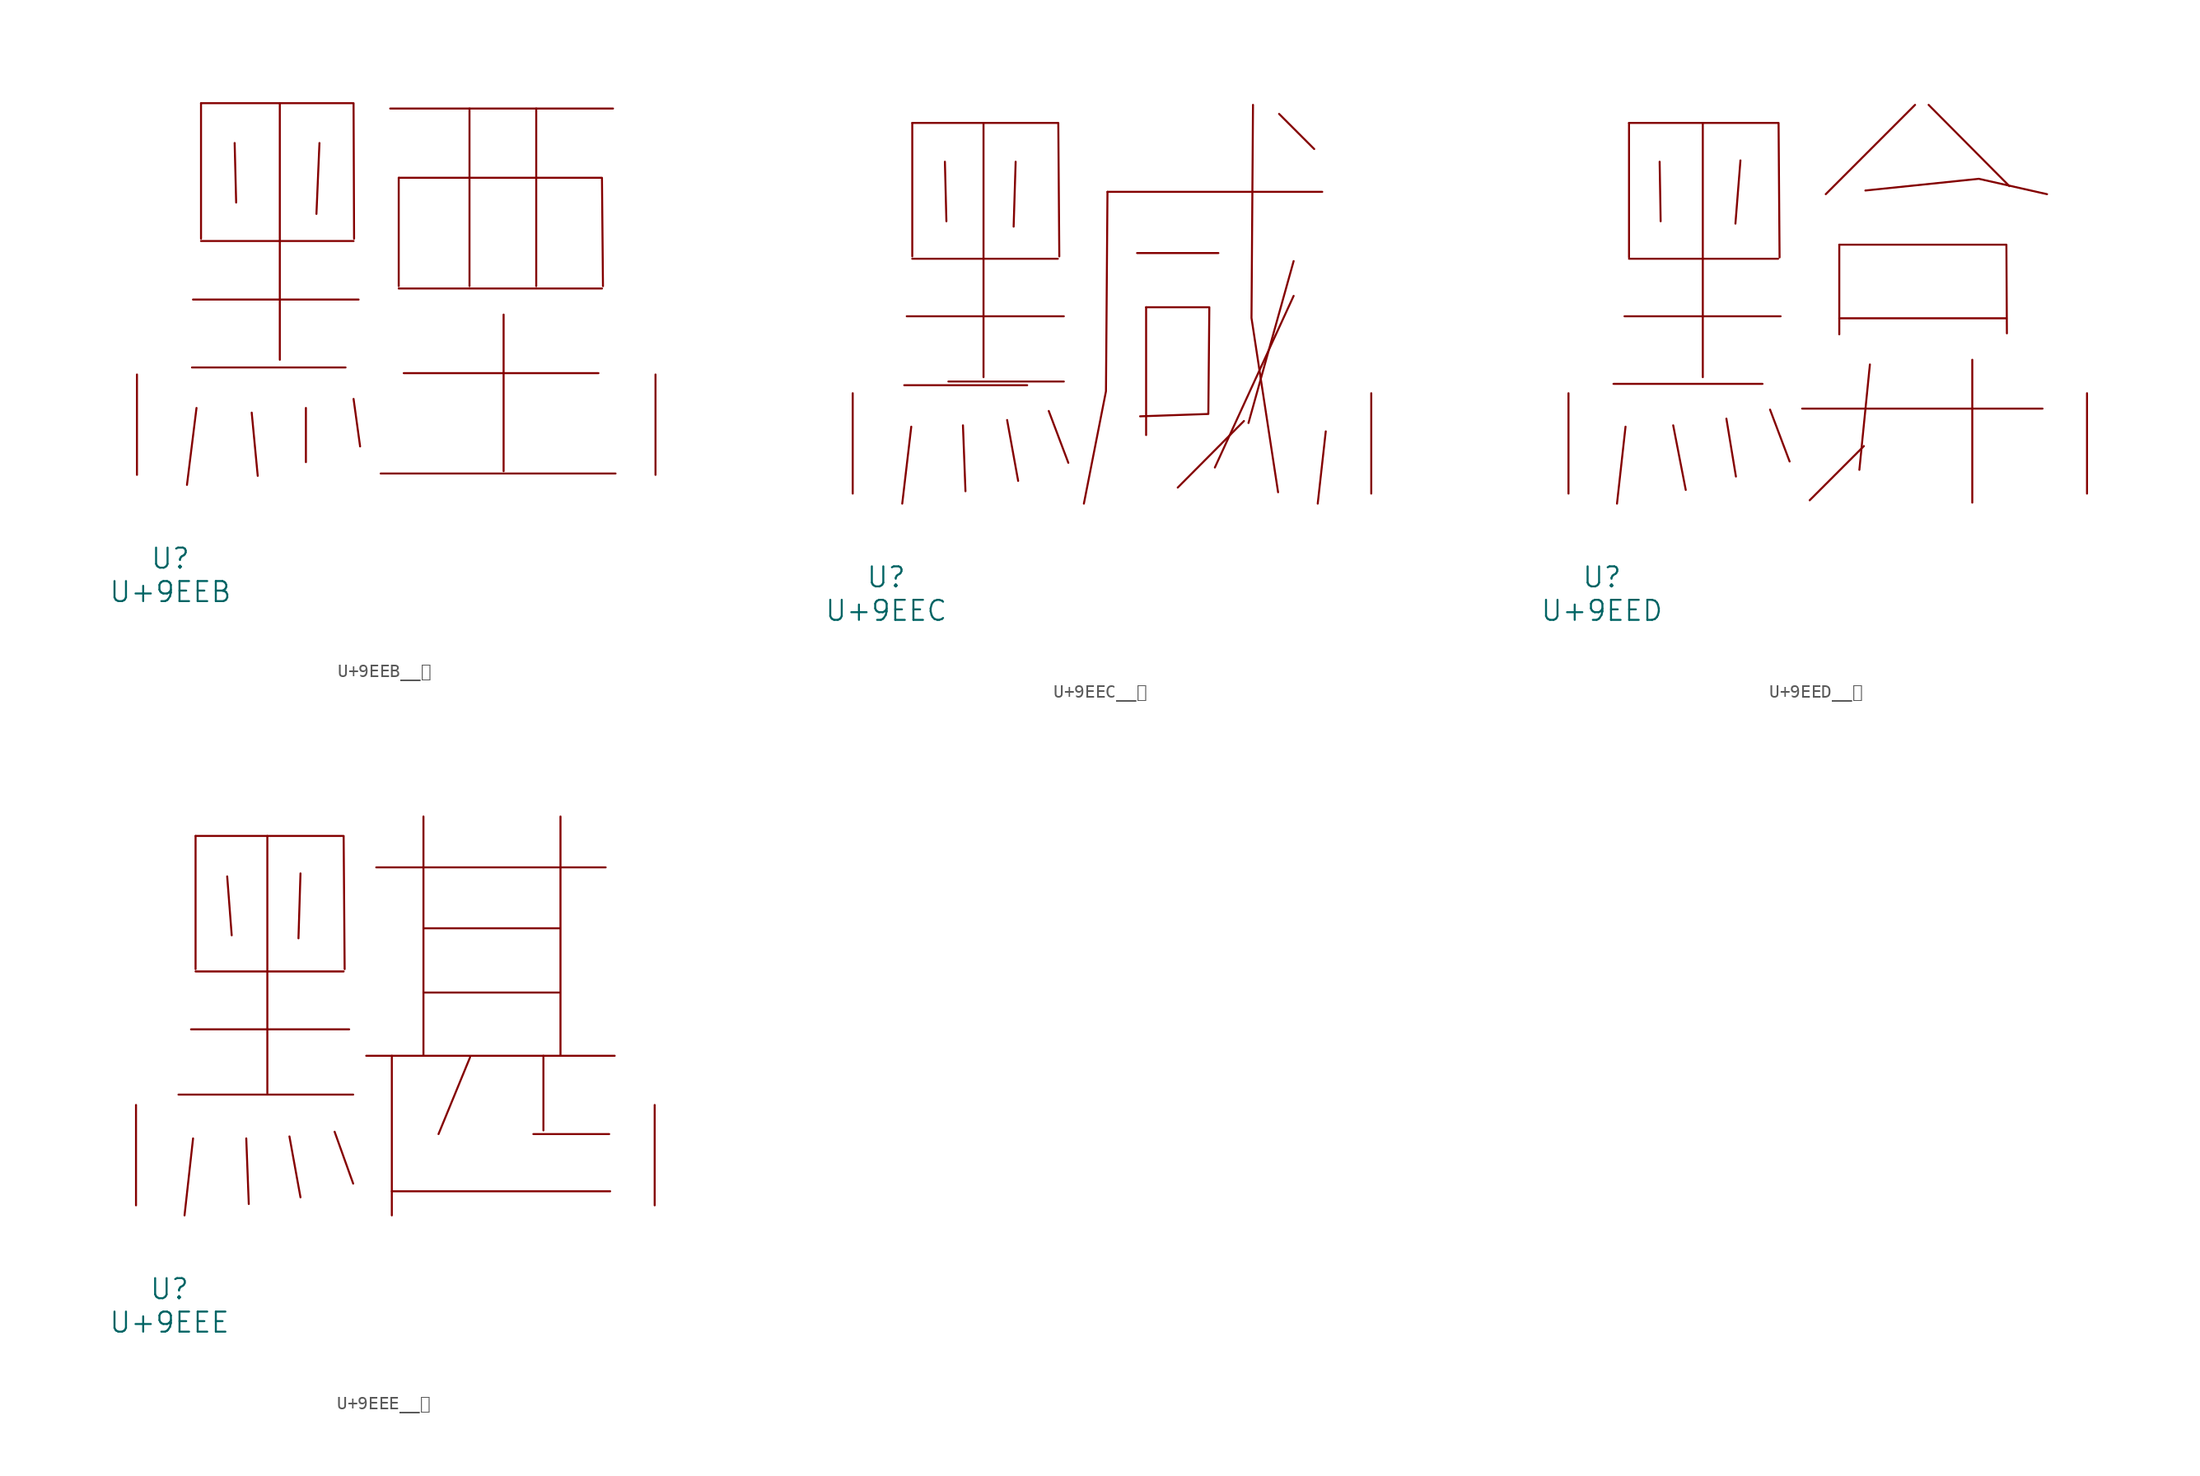
<source format=kicad_sym>
(kicad_symbol_lib
  (version 20231120)
  (generator "kicad_symbol_editor")
  (generator_version "8.0")
  (symbol "U+9EEB__黫"
    (pin_names
      (offset 1.016))
    (property "Reference" "U"
      (at 0 -6.35 0)
      (effects (font (size 1.524 1.524))))
    (property "Value" "U+9EEB"
      (at 0 -8.89 0)
      (effects (font (size 1.524 1.524))))
    (symbol "U+9EEB__黫_0_1"
      (polyline (pts (xy 1.638 8.153) (xy 13.297 8.153)) (stroke (width 0) (type solid)) (fill (type none)))
      (polyline (pts (xy 1.714 13.31) (xy 14.287 13.31)) (stroke (width 0) (type solid)) (fill (type none)))
      (polyline (pts (xy 1.981 5.08) (xy 1.257 -0.762)) (stroke (width 0) (type solid)) (fill (type none)))
      (polyline (pts (xy 2.324 17.755) (xy 13.906 17.755)) (stroke (width 0) (type solid)) (fill (type none)))
      (polyline (pts (xy 2.324 28.219) (xy 2.324 17.932)) (stroke (width 0) (type solid)) (fill (type none)))
      (polyline (pts (xy 4.877 25.197) (xy 4.991 20.676)) (stroke (width 0) (type solid)) (fill (type none)))
      (polyline (pts (xy 6.172 4.724) (xy 6.629 -0.076)) (stroke (width 0) (type solid)) (fill (type none)))
      (polyline (pts (xy 8.306 28.219) (xy 8.306 8.738)) (stroke (width 0) (type solid)) (fill (type none)))
      (polyline (pts (xy 10.287 5.08) (xy 10.287 0.965)) (stroke (width 0) (type solid)) (fill (type none)))
      (polyline (pts (xy 11.316 25.197) (xy 11.087 19.812)) (stroke (width 0) (type solid)) (fill (type none)))
      (polyline (pts (xy 13.906 5.766) (xy 14.402 2.159)) (stroke (width 0) (type solid)) (fill (type none)))
      (polyline (pts (xy 15.964 0.102) (xy 33.795 0.102)) (stroke (width 0) (type solid)) (fill (type none)))
      (polyline (pts (xy 16.688 27.813) (xy 33.604 27.813)) (stroke (width 0) (type solid)) (fill (type none)))
      (polyline (pts (xy 17.335 14.148) (xy 32.766 14.148)) (stroke (width 0) (type solid)) (fill (type none)))
      (polyline (pts (xy 17.335 22.555) (xy 17.335 14.326)) (stroke (width 0) (type solid)) (fill (type none)))
      (polyline (pts (xy 17.716 7.722) (xy 32.499 7.722)) (stroke (width 0) (type solid)) (fill (type none)))
      (polyline (pts (xy 22.708 27.813) (xy 22.708 14.326)) (stroke (width 0) (type solid)) (fill (type none)))
      (polyline (pts (xy 25.298 12.167) (xy 25.298 0.279)) (stroke (width 0) (type solid)) (fill (type none)))
      (polyline (pts (xy 27.775 27.813) (xy 27.775 14.326)) (stroke (width 0) (type solid)) (fill (type none)))
      (polyline (pts (xy 2.324 28.219) (xy 13.906 28.219) (xy 13.945 17.932)) (stroke (width 0) (type solid)) (fill (type none)))
      (polyline (pts (xy 17.335 22.555) (xy 32.766 22.555) (xy 32.842 14.326)) (stroke (width 0) (type solid)) (fill (type none)))
      (pin input line (at -2.54 0 90) (length 7.62) (name "~" (effects (font (size 1.27 1.27)))) (number "~" (effects (font (size 1.27 1.27)))))
      (pin input line (at 36.83 0 90) (length 7.62) (name "~" (effects (font (size 1.27 1.27)))) (number "~" (effects (font (size 1.27 1.27)))))))
  (symbol "U+9EEC__黬"
    (pin_names
      (offset 1.016))
    (property "Reference" "U"
      (at 0 -6.35 0)
      (effects (font (size 1.524 1.524))))
    (property "Value" "U+9EEC"
      (at 0 -8.89 0)
      (effects (font (size 1.524 1.524))))
    (symbol "U+9EEC__黬_0_1"
      (polyline (pts (xy 1.372 8.23) (xy 10.706 8.23)) (stroke (width 0) (type solid)) (fill (type none)))
      (polyline (pts (xy 1.562 13.462) (xy 13.487 13.462)) (stroke (width 0) (type solid)) (fill (type none)))
      (polyline (pts (xy 1.905 5.08) (xy 1.219 -0.762)) (stroke (width 0) (type solid)) (fill (type none)))
      (polyline (pts (xy 1.981 17.831) (xy 13.03 17.831)) (stroke (width 0) (type solid)) (fill (type none)))
      (polyline (pts (xy 1.981 28.143) (xy 1.981 18.009)) (stroke (width 0) (type solid)) (fill (type none)))
      (polyline (pts (xy 4.458 25.197) (xy 4.572 20.676)) (stroke (width 0) (type solid)) (fill (type none)))
      (polyline (pts (xy 4.724 8.509) (xy 13.487 8.509)) (stroke (width 0) (type solid)) (fill (type none)))
      (polyline (pts (xy 5.829 5.182) (xy 6.02 0.178)) (stroke (width 0) (type solid)) (fill (type none)))
      (polyline (pts (xy 7.391 28.143) (xy 7.391 8.839)) (stroke (width 0) (type solid)) (fill (type none)))
      (polyline (pts (xy 9.182 5.588) (xy 10.02 0.965)) (stroke (width 0) (type solid)) (fill (type none)))
      (polyline (pts (xy 9.83 25.197) (xy 9.677 20.269)) (stroke (width 0) (type solid)) (fill (type none)))
      (polyline (pts (xy 12.344 6.274) (xy 13.83 2.337)) (stroke (width 0) (type solid)) (fill (type none)))
      (polyline (pts (xy 16.802 22.911) (xy 33.109 22.911)) (stroke (width 0) (type solid)) (fill (type none)))
      (polyline (pts (xy 19.05 18.263) (xy 25.222 18.263)) (stroke (width 0) (type solid)) (fill (type none)))
      (polyline (pts (xy 19.736 14.148) (xy 19.736 4.445)) (stroke (width 0) (type solid)) (fill (type none)))
      (polyline (pts (xy 27.165 5.512) (xy 22.136 0.457)) (stroke (width 0) (type solid)) (fill (type none)))
      (polyline (pts (xy 29.832 28.829) (xy 32.499 26.162)) (stroke (width 0) (type solid)) (fill (type none)))
      (polyline (pts (xy 30.937 15.011) (xy 24.956 1.981)) (stroke (width 0) (type solid)) (fill (type none)))
      (polyline (pts (xy 30.937 17.653) (xy 27.508 5.359)) (stroke (width 0) (type solid)) (fill (type none)))
      (polyline (pts (xy 33.376 4.724) (xy 32.766 -0.762)) (stroke (width 0) (type solid)) (fill (type none)))
      (polyline (pts (xy 1.981 28.143) (xy 13.068 28.143) (xy 13.145 18.009)) (stroke (width 0) (type solid)) (fill (type none)))
      (polyline (pts (xy 16.802 22.911) (xy 16.688 7.772) (xy 15.011 -0.762)) (stroke (width 0) (type solid)) (fill (type none)))
      (polyline (pts (xy 27.851 29.515) (xy 27.737 13.335) (xy 29.756 0.102)) (stroke (width 0) (type solid)) (fill (type none)))
      (polyline (pts (xy 19.736 14.148) (xy 24.536 14.148) (xy 24.46 6.045) (xy 19.279 5.867)) (stroke (width 0) (type solid)) (fill (type none)))
      (pin input line (at -2.54 0 90) (length 7.62) (name "~" (effects (font (size 1.27 1.27)))) (number "~" (effects (font (size 1.27 1.27)))))
      (pin input line (at 36.83 0 90) (length 7.62) (name "~" (effects (font (size 1.27 1.27)))) (number "~" (effects (font (size 1.27 1.27)))))))
  (symbol "U+9EED__黭"
    (pin_names
      (offset 1.016))
    (property "Reference" "U"
      (at 0 -6.35 0)
      (effects (font (size 1.524 1.524))))
    (property "Value" "U+9EED"
      (at 0 -8.89 0)
      (effects (font (size 1.524 1.524))))
    (symbol "U+9EED__黭_0_1"
      (polyline (pts (xy 0.876 8.331) (xy 12.192 8.331)) (stroke (width 0) (type solid)) (fill (type none)))
      (polyline (pts (xy 1.714 13.462) (xy 13.564 13.462)) (stroke (width 0) (type solid)) (fill (type none)))
      (polyline (pts (xy 1.791 5.08) (xy 1.143 -0.762)) (stroke (width 0) (type solid)) (fill (type none)))
      (polyline (pts (xy 2.057 17.831) (xy 13.373 17.831)) (stroke (width 0) (type solid)) (fill (type none)))
      (polyline (pts (xy 2.057 28.143) (xy 2.057 17.932)) (stroke (width 0) (type solid)) (fill (type none)))
      (polyline (pts (xy 4.381 25.197) (xy 4.458 20.676)) (stroke (width 0) (type solid)) (fill (type none)))
      (polyline (pts (xy 5.41 5.182) (xy 6.363 0.279)) (stroke (width 0) (type solid)) (fill (type none)))
      (polyline (pts (xy 7.658 28.143) (xy 7.658 8.839)) (stroke (width 0) (type solid)) (fill (type none)))
      (polyline (pts (xy 9.449 5.69) (xy 10.173 1.295)) (stroke (width 0) (type solid)) (fill (type none)))
      (polyline (pts (xy 10.516 25.298) (xy 10.135 20.498)) (stroke (width 0) (type solid)) (fill (type none)))
      (polyline (pts (xy 12.764 6.375) (xy 14.249 2.438)) (stroke (width 0) (type solid)) (fill (type none)))
      (polyline (pts (xy 15.202 6.452) (xy 33.452 6.452)) (stroke (width 0) (type solid)) (fill (type none)))
      (polyline (pts (xy 18.021 13.31) (xy 30.709 13.31)) (stroke (width 0) (type solid)) (fill (type none)))
      (polyline (pts (xy 18.021 18.898) (xy 18.021 12.09)) (stroke (width 0) (type solid)) (fill (type none)))
      (polyline (pts (xy 19.888 3.607) (xy 15.773 -0.508)) (stroke (width 0) (type solid)) (fill (type none)))
      (polyline (pts (xy 20.345 9.804) (xy 19.545 1.803)) (stroke (width 0) (type solid)) (fill (type none)))
      (polyline (pts (xy 23.774 29.515) (xy 16.993 22.733)) (stroke (width 0) (type solid)) (fill (type none)))
      (polyline (pts (xy 24.803 29.515) (xy 30.937 23.343)) (stroke (width 0) (type solid)) (fill (type none)))
      (polyline (pts (xy 28.118 10.16) (xy 28.118 -0.686)) (stroke (width 0) (type solid)) (fill (type none)))
      (polyline (pts (xy 2.057 28.143) (xy 13.411 28.143) (xy 13.487 17.932)) (stroke (width 0) (type solid)) (fill (type none)))
      (polyline (pts (xy 18.021 18.898) (xy 30.709 18.898) (xy 30.747 12.167)) (stroke (width 0) (type solid)) (fill (type none)))
      (polyline (pts (xy 20.003 23.012) (xy 28.613 23.901) (xy 33.795 22.733)) (stroke (width 0) (type solid)) (fill (type none)))
      (pin input line (at -2.54 0 90) (length 7.62) (name "~" (effects (font (size 1.27 1.27)))) (number "~" (effects (font (size 1.27 1.27)))))
      (pin input line (at 36.83 0 90) (length 7.62) (name "~" (effects (font (size 1.27 1.27)))) (number "~" (effects (font (size 1.27 1.27)))))))
  (symbol "U+9EEE__黮"
    (pin_names
      (offset 1.016))
    (property "Reference" "U"
      (at 0 -6.35 0)
      (effects (font (size 1.524 1.524))))
    (property "Value" "U+9EEE"
      (at 0 -8.89 0)
      (effects (font (size 1.524 1.524))))
    (symbol "U+9EEE__黮_0_1"
      (polyline (pts (xy 0.686 8.407) (xy 13.945 8.407)) (stroke (width 0) (type solid)) (fill (type none)))
      (polyline (pts (xy 1.638 13.36) (xy 13.64 13.36)) (stroke (width 0) (type solid)) (fill (type none)))
      (polyline (pts (xy 1.791 5.08) (xy 1.143 -0.762)) (stroke (width 0) (type solid)) (fill (type none)))
      (polyline (pts (xy 1.981 17.755) (xy 13.221 17.755)) (stroke (width 0) (type solid)) (fill (type none)))
      (polyline (pts (xy 1.981 28.042) (xy 1.981 17.932)) (stroke (width 0) (type solid)) (fill (type none)))
      (polyline (pts (xy 4.381 24.968) (xy 4.724 20.498)) (stroke (width 0) (type solid)) (fill (type none)))
      (polyline (pts (xy 5.829 5.08) (xy 6.02 0.102)) (stroke (width 0) (type solid)) (fill (type none)))
      (polyline (pts (xy 7.429 28.042) (xy 7.429 8.509)) (stroke (width 0) (type solid)) (fill (type none)))
      (polyline (pts (xy 9.106 5.232) (xy 9.944 0.61)) (stroke (width 0) (type solid)) (fill (type none)))
      (polyline (pts (xy 9.944 25.197) (xy 9.792 20.269)) (stroke (width 0) (type solid)) (fill (type none)))
      (polyline (pts (xy 12.535 5.588) (xy 13.945 1.651)) (stroke (width 0) (type solid)) (fill (type none)))
      (polyline (pts (xy 14.935 11.354) (xy 33.795 11.354)) (stroke (width 0) (type solid)) (fill (type none)))
      (polyline (pts (xy 15.697 25.654) (xy 33.109 25.654)) (stroke (width 0) (type solid)) (fill (type none)))
      (polyline (pts (xy 16.878 1.067) (xy 33.452 1.067)) (stroke (width 0) (type solid)) (fill (type none)))
      (polyline (pts (xy 16.878 11.354) (xy 16.878 -0.762)) (stroke (width 0) (type solid)) (fill (type none)))
      (polyline (pts (xy 19.279 16.154) (xy 29.604 16.154)) (stroke (width 0) (type solid)) (fill (type none)))
      (polyline (pts (xy 19.279 21.031) (xy 29.604 21.031)) (stroke (width 0) (type solid)) (fill (type none)))
      (polyline (pts (xy 19.279 29.515) (xy 19.279 11.405)) (stroke (width 0) (type solid)) (fill (type none)))
      (polyline (pts (xy 22.822 11.252) (xy 20.422 5.41)) (stroke (width 0) (type solid)) (fill (type none)))
      (polyline (pts (xy 27.622 5.41) (xy 33.376 5.41)) (stroke (width 0) (type solid)) (fill (type none)))
      (polyline (pts (xy 28.384 11.354) (xy 28.384 5.69)) (stroke (width 0) (type solid)) (fill (type none)))
      (polyline (pts (xy 29.68 29.515) (xy 29.68 11.405)) (stroke (width 0) (type solid)) (fill (type none)))
      (polyline (pts (xy 1.981 28.042) (xy 13.221 28.042) (xy 13.297 17.932)) (stroke (width 0) (type solid)) (fill (type none)))
      (pin input line (at -2.54 0 90) (length 7.62) (name "~" (effects (font (size 1.27 1.27)))) (number "~" (effects (font (size 1.27 1.27)))))
      (pin input line (at 36.83 0 90) (length 7.62) (name "~" (effects (font (size 1.27 1.27)))) (number "~" (effects (font (size 1.27 1.27))))))))
</source>
